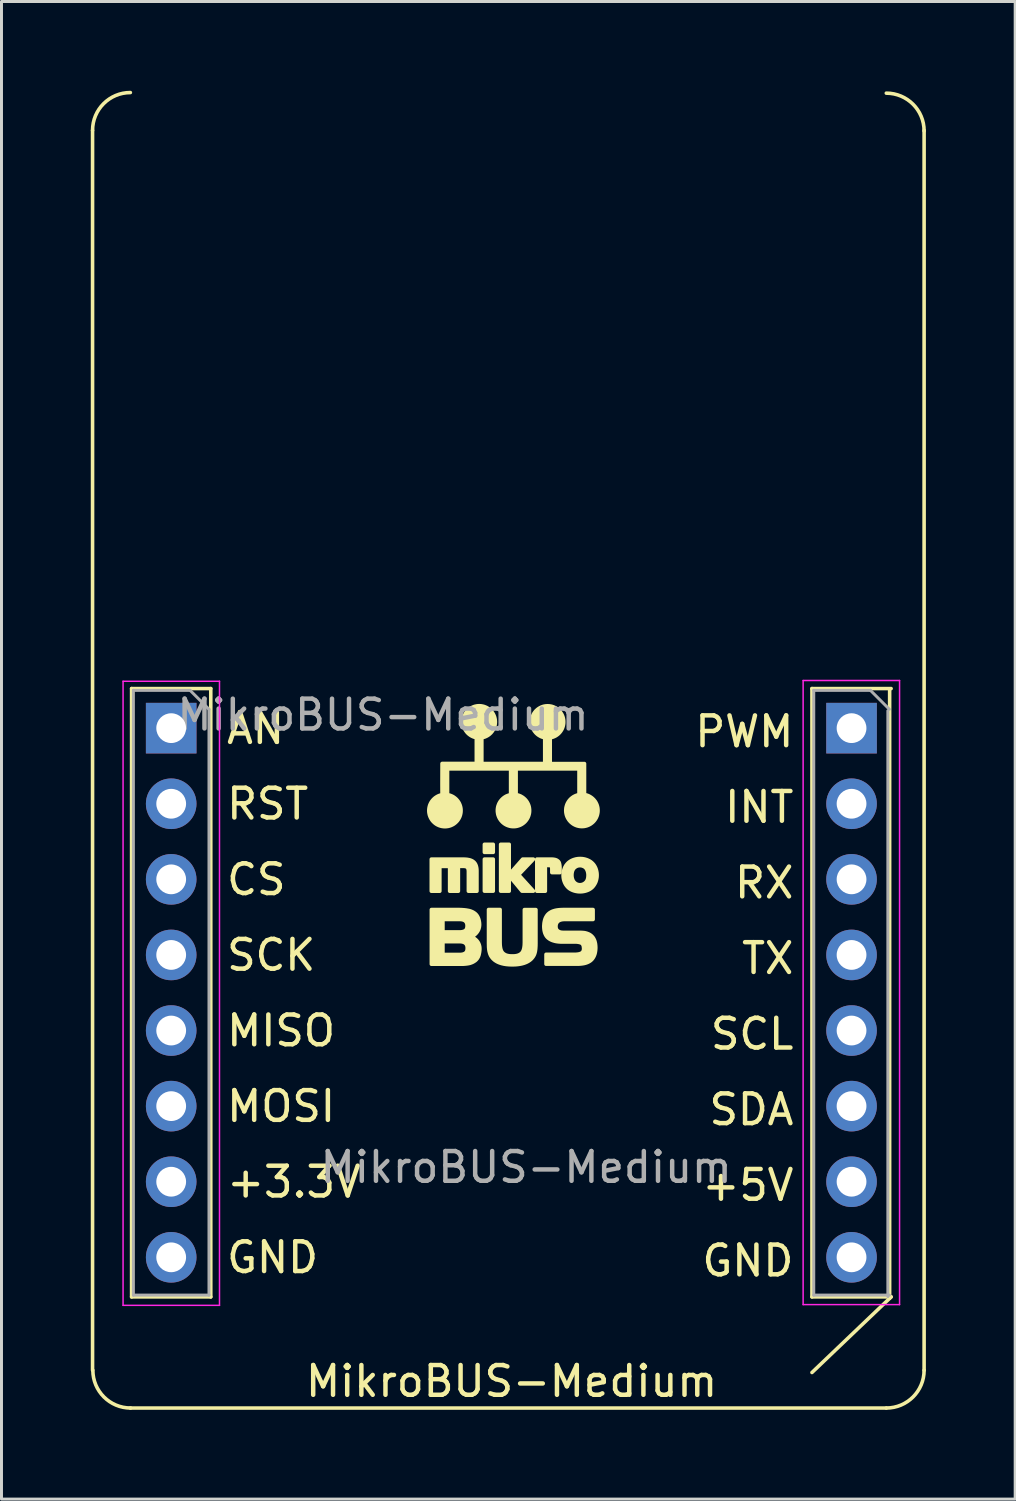
<source format=kicad_pcb>
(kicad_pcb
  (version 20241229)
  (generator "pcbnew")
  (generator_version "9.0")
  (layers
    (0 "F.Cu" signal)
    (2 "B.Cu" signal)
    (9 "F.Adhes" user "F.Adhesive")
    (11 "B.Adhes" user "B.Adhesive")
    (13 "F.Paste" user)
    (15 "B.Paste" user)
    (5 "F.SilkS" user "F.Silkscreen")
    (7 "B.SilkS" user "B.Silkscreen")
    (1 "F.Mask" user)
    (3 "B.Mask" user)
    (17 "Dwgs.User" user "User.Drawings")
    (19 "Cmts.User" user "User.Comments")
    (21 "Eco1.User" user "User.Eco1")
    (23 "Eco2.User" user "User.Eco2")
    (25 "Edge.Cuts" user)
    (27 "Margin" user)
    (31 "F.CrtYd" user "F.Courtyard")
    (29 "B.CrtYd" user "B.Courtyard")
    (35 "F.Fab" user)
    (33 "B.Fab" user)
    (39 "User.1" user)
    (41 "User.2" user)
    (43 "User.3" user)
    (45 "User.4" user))
  (footprint "MikroBUS-Medium"
    (layer "F.Cu")
    (at 1.22 19.43)
    (property "Reference" "MikroBUS-Medium" (at 12.92 23.93 0) (layer "F.SilkS") (effects (font (size 1 1) (thickness 0.15))))
    (attr through_hole)
    (fp_line (start -1.16 23.56) (end -1.16 -18.096) (stroke (width 0.12) (type solid)) (layer "F.SilkS"))
    (fp_line (start 0.11 24.83) (end 25.51 24.83) (stroke (width 0.12) (type solid)) (layer "F.SilkS"))
    (fp_line (start 0.152 0.656) (end 0.152 21.096) (stroke (width 0.12) (type solid)) (layer "F.SilkS"))
    (fp_line (start 0.152 0.656) (end 2.812 0.656) (stroke (width 0.12) (type solid)) (layer "F.SilkS"))
    (fp_line (start 0.152 21.096) (end 2.812 21.096) (stroke (width 0.12) (type solid)) (layer "F.SilkS"))
    (fp_line (start 2.812 0.656) (end 2.812 21.096) (stroke (width 0.12) (type solid)) (layer "F.SilkS"))
    (fp_line (start 23.012 0.656) (end 23.012 21.096) (stroke (width 0.12) (type solid)) (layer "F.SilkS"))
    (fp_line (start 23.012 0.656) (end 25.672 0.656) (stroke (width 0.12) (type solid)) (layer "F.SilkS"))
    (fp_line (start 23.012 21.096) (end 25.672 21.096) (stroke (width 0.12) (type solid)) (layer "F.SilkS"))
    (fp_line (start 23.012 23.636) (end 25.672 21.096) (stroke (width 0.12) (type solid)) (layer "F.SilkS"))
    (fp_line (start 25.622 0.706) (end 25.622 21.146) (stroke (width 0.12) (type solid)) (layer "F.SilkS"))
    (fp_line (start 26.78 23.56) (end 26.78 -18.096) (stroke (width 0.12) (type solid)) (layer "F.SilkS"))
    (fp_arc (start -1.16 -18.1) (mid -0.788026 -18.998026) (end 0.11 -19.37) (stroke (width 0.12) (type solid)) (layer "F.SilkS"))
    (fp_arc (start 0.12 24.83) (mid -0.778026 24.458026) (end -1.15 23.56) (stroke (width 0.12) (type solid)) (layer "F.SilkS"))
    (fp_arc (start 25.51 -19.35) (mid 26.408026 -18.978026) (end 26.78 -18.08) (stroke (width 0.12) (type solid)) (layer "F.SilkS"))
    (fp_arc (start 26.78 23.56) (mid 26.408026 24.458026) (end 25.51 24.83) (stroke (width 0.12) (type solid)) (layer "F.SilkS"))
    (fp_poly (pts (xy 12.301 6.157) (xy 12.008 6.157) (xy 12.008 5.891) (xy 12.301 5.891) (xy 12.301 6.157)) (stroke (width 0.125) (type solid)) (fill yes) (layer "F.SilkS"))
    (fp_poly (pts (xy 12.301 7.46) (xy 12.008 7.46) (xy 12.008 6.389) (xy 12.301 6.389) (xy 12.301 7.46)) (stroke (width 0.125) (type solid)) (fill yes) (layer "F.SilkS"))
    (fp_poly (pts (xy 12.837 7.46) (xy 12.554 7.46) (xy 12.554 5.891) (xy 12.837 5.891) (xy 12.837 6.905) (xy 13.292 6.389) (xy 13.651 6.389) (xy 13.153 6.912) (xy 13.651 7.46) (xy 13.269 7.46) (xy 12.837 6.939) (xy 12.837 7.46)) (stroke (width 0.125) (type solid)) (fill yes) (layer "F.SilkS"))
    (fp_poly (pts (xy 13.769 6.389) (xy 14.246 6.389) (xy 14.277 6.389) (xy 14.307 6.391) (xy 14.335 6.394) (xy 14.36 6.398) (xy 14.384 6.403) (xy 14.406 6.41) (xy 14.425 6.418) (xy 14.442 6.426) (xy 14.462 6.44) (xy 14.48 6.454) (xy 14.495 6.47) (xy 14.508 6.488) (xy 14.517 6.507) (xy 14.524 6.528) (xy 14.529 6.548) (xy 14.533 6.569) (xy 14.537 6.593) (xy 14.54 6.618) (xy 14.542 6.644) (xy 14.543 6.673) (xy 14.544 6.703) (xy 14.544 6.775) (xy 14.544 6.793) (xy 14.544 6.814) (xy 14.544 6.837) (xy 14.274 6.837) (xy 14.274 6.746) (xy 14.274 6.717) (xy 14.273 6.692) (xy 14.271 6.67) (xy 14.268 6.653) (xy 14.265 6.641) (xy 14.256 6.625) (xy 14.243 6.613) (xy 14.224 6.605) (xy 14.209 6.602) (xy 14.191 6.6) (xy 14.168 6.599) (xy 14.141 6.598) (xy 14.11 6.598) (xy 14.051 6.598) (xy 14.051 7.462) (xy 13.769 7.462) (xy 13.769 6.389)) (stroke (width 0.125) (type solid)) (fill yes) (layer "F.SilkS"))
    (fp_poly (pts (xy 10.226 6.389) (xy 11.308 6.389) (xy 11.335 6.39) (xy 11.362 6.391) (xy 11.387 6.393) (xy 11.412 6.395) (xy 11.435 6.398) (xy 11.457 6.402) (xy 11.479 6.406) (xy 11.499 6.41) (xy 11.525 6.417) (xy 11.55 6.426) (xy 11.574 6.436) (xy 11.596 6.447) (xy 11.617 6.46) (xy 11.637 6.475) (xy 11.655 6.49) (xy 11.671 6.507) (xy 11.686 6.526) (xy 11.7 6.547) (xy 11.712 6.57) (xy 11.722 6.594) (xy 11.729 6.613) (xy 11.735 6.634) (xy 11.74 6.656) (xy 11.745 6.679) (xy 11.748 6.703) (xy 11.751 6.729) (xy 11.752 6.755) (xy 11.753 6.783) (xy 11.753 7.462) (xy 11.47 7.462) (xy 11.47 6.819) (xy 11.47 6.786) (xy 11.467 6.757) (xy 11.463 6.731) (xy 11.457 6.708) (xy 11.449 6.689) (xy 11.44 6.674) (xy 11.429 6.662) (xy 11.414 6.651) (xy 11.396 6.642) (xy 11.374 6.635) (xy 11.35 6.63) (xy 11.321 6.627) (xy 11.29 6.626) (xy 11.274 6.626) (xy 11.251 6.626) (xy 11.222 6.626) (xy 11.198 6.627) (xy 11.175 6.628) (xy 11.152 6.628) (xy 11.129 6.628) (xy 11.129 7.462) (xy 10.84 7.462) (xy 10.84 6.628) (xy 10.506 6.628) (xy 10.506 7.462) (xy 10.224 7.462) (xy 10.224 6.389) (xy 10.226 6.389)) (stroke (width 0.125) (type solid)) (fill yes) (layer "F.SilkS"))
    (fp_poly (pts (xy 12.531 8.083) (xy 12.531 9.184) (xy 12.532 9.215) (xy 12.533 9.245) (xy 12.534 9.274) (xy 12.537 9.302) (xy 12.54 9.328) (xy 12.544 9.354) (xy 12.548 9.378) (xy 12.553 9.4) (xy 12.559 9.422) (xy 12.565 9.442) (xy 12.575 9.466) (xy 12.586 9.489) (xy 12.599 9.51) (xy 12.614 9.53) (xy 12.631 9.548) (xy 12.65 9.564) (xy 12.67 9.579) (xy 12.692 9.592) (xy 12.711 9.602) (xy 12.731 9.611) (xy 12.753 9.618) (xy 12.776 9.625) (xy 12.8 9.63) (xy 12.826 9.635) (xy 12.854 9.638) (xy 12.882 9.641) (xy 12.912 9.642) (xy 12.944 9.642) (xy 12.975 9.642) (xy 13.005 9.641) (xy 13.034 9.638) (xy 13.061 9.635) (xy 13.087 9.63) (xy 13.111 9.625) (xy 13.134 9.618) (xy 13.155 9.611) (xy 13.175 9.602) (xy 13.194 9.592) (xy 13.216 9.579) (xy 13.236 9.564) (xy 13.254 9.548) (xy 13.27 9.53) (xy 13.285 9.51) (xy 13.297 9.489) (xy 13.308 9.466) (xy 13.317 9.442) (xy 13.323 9.422) (xy 13.329 9.4) (xy 13.334 9.378) (xy 13.338 9.354) (xy 13.342 9.329) (xy 13.345 9.302) (xy 13.348 9.275) (xy 13.349 9.246) (xy 13.35 9.216) (xy 13.351 9.185) (xy 13.351 8.085) (xy 13.735 8.085) (xy 13.735 9.194) (xy 13.735 9.224) (xy 13.734 9.254) (xy 13.734 9.282) (xy 13.733 9.31) (xy 13.731 9.336) (xy 13.73 9.362) (xy 13.728 9.387) (xy 13.726 9.411) (xy 13.723 9.434) (xy 13.72 9.455) (xy 13.717 9.476) (xy 13.712 9.501) (xy 13.706 9.526) (xy 13.699 9.549) (xy 13.691 9.573) (xy 13.682 9.596) (xy 13.671 9.618) (xy 13.659 9.64) (xy 13.646 9.661) (xy 13.631 9.682) (xy 13.618 9.698) (xy 13.605 9.714) (xy 13.591 9.73) (xy 13.576 9.745) (xy 13.56 9.759) (xy 13.544 9.773) (xy 13.527 9.786) (xy 13.509 9.798) (xy 13.491 9.811) (xy 13.472 9.822) (xy 13.452 9.833) (xy 13.431 9.844) (xy 13.41 9.853) (xy 13.388 9.863) (xy 13.366 9.871) (xy 13.343 9.88) (xy 13.319 9.887) (xy 13.294 9.894) (xy 13.269 9.901) (xy 13.243 9.907) (xy 13.216 9.912) (xy 13.188 9.917) (xy 13.16 9.921) (xy 13.131 9.925) (xy 13.102 9.928) (xy 13.072 9.931) (xy 13.041 9.933) (xy 13.009 9.934) (xy 12.977 9.935) (xy 12.944 9.935) (xy 12.91 9.935) (xy 12.878 9.934) (xy 12.846 9.933) (xy 12.815 9.931) (xy 12.785 9.928) (xy 12.755 9.925) (xy 12.726 9.922) (xy 12.698 9.917) (xy 12.67 9.913) (xy 12.643 9.907) (xy 12.617 9.901) (xy 12.591 9.895) (xy 12.567 9.888) (xy 12.543 9.88) (xy 12.519 9.872) (xy 12.496 9.863) (xy 12.474 9.854) (xy 12.453 9.844) (xy 12.433 9.834) (xy 12.413 9.823) (xy 12.394 9.811) (xy 12.375 9.799) (xy 12.357 9.787) (xy 12.34 9.773) (xy 12.324 9.759) (xy 12.308 9.745) (xy 12.293 9.73) (xy 12.279 9.715) (xy 12.265 9.698) (xy 12.253 9.682) (xy 12.239 9.662) (xy 12.226 9.643) (xy 12.215 9.622) (xy 12.205 9.601) (xy 12.196 9.58) (xy 12.188 9.558) (xy 12.181 9.535) (xy 12.174 9.509) (xy 12.167 9.482) (xy 12.162 9.456) (xy 12.158 9.431) (xy 12.155 9.405) (xy 12.153 9.38) (xy 12.151 9.361) (xy 12.15 9.34) (xy 12.149 9.318) (xy 12.149 9.296) (xy 12.148 9.272) (xy 12.148 9.246) (xy 12.147 9.22) (xy 12.147 9.192) (xy 12.147 8.082) (xy 12.531 8.082) (xy 12.531 8.083)) (stroke (width 0.125) (type solid)) (fill yes) (layer "F.SilkS"))
    (fp_poly (pts (xy 11.178 9.592) (xy 11.231 9.916) (xy 10.226 9.916) (xy 10.226 8.083) (xy 11.165 8.083) (xy 11.193 8.084) (xy 11.22 8.085) (xy 11.247 8.086) (xy 11.273 8.088) (xy 11.299 8.09) (xy 11.324 8.092) (xy 11.349 8.094) (xy 11.373 8.097) (xy 11.396 8.1) (xy 11.419 8.104) (xy 11.442 8.108) (xy 11.463 8.112) (xy 11.489 8.117) (xy 11.514 8.124) (xy 11.538 8.131) (xy 11.562 8.14) (xy 11.585 8.15) (xy 11.608 8.16) (xy 11.63 8.172) (xy 11.651 8.185) (xy 11.672 8.199) (xy 11.692 8.214) (xy 11.709 8.229) (xy 11.725 8.245) (xy 11.74 8.262) (xy 11.754 8.28) (xy 11.767 8.3) (xy 11.779 8.321) (xy 11.79 8.343) (xy 11.8 8.366) (xy 11.809 8.39) (xy 11.817 8.416) (xy 11.824 8.442) (xy 11.83 8.469) (xy 11.834 8.494) (xy 11.838 8.519) (xy 11.84 8.542) (xy 11.841 8.564) (xy 11.842 8.585) (xy 11.841 8.61) (xy 11.839 8.634) (xy 11.836 8.657) (xy 11.832 8.681) (xy 11.826 8.703) (xy 11.82 8.725) (xy 11.812 8.747) (xy 11.802 8.768) (xy 11.792 8.789) (xy 11.78 8.809) (xy 11.767 8.829) (xy 11.753 8.848) (xy 11.738 8.867) (xy 11.721 8.885) (xy 11.703 8.903) (xy 11.684 8.921) (xy 11.664 8.937) (xy 11.642 8.954) (xy 11.62 8.969) (xy 11.596 8.985) (xy 11.57 9) (xy 11.593 9.011) (xy 11.615 9.022) (xy 11.636 9.034) (xy 11.656 9.047) (xy 11.676 9.06) (xy 11.694 9.074) (xy 11.711 9.088) (xy 11.728 9.103) (xy 11.745 9.12) (xy 11.76 9.138) (xy 11.775 9.157) (xy 11.788 9.176) (xy 11.8 9.196) (xy 11.811 9.217) (xy 11.82 9.239) (xy 11.829 9.261) (xy 11.836 9.283) (xy 11.841 9.306) (xy 11.846 9.33) (xy 11.849 9.354) (xy 11.85 9.379) (xy 11.851 9.405) (xy 11.85 9.425) (xy 11.849 9.447) (xy 11.847 9.469) (xy 11.844 9.493) (xy 11.841 9.517) (xy 11.836 9.542) (xy 11.831 9.567) (xy 11.825 9.595) (xy 11.817 9.621) (xy 11.808 9.645) (xy 11.798 9.669) (xy 11.786 9.691) (xy 11.773 9.712) (xy 11.76 9.732) (xy 11.745 9.75) (xy 11.729 9.767) (xy 11.712 9.784) (xy 11.693 9.799) (xy 11.674 9.812) (xy 11.654 9.825) (xy 11.634 9.837) (xy 11.614 9.848) (xy 11.592 9.858) (xy 11.57 9.867) (xy 11.548 9.875) (xy 11.525 9.883) (xy 11.501 9.889) (xy 11.478 9.894) (xy 11.455 9.898) (xy 11.431 9.902) (xy 11.407 9.905) (xy 11.383 9.908) (xy 11.359 9.91) (xy 11.334 9.912) (xy 11.309 9.914) (xy 11.284 9.915) (xy 11.258 9.915) (xy 11.231 9.916) (xy 11.178 9.592) (xy 11.207 9.592) (xy 11.235 9.589) (xy 11.26 9.586) (xy 11.285 9.58) (xy 11.307 9.574) (xy 11.328 9.565) (xy 11.348 9.556) (xy 11.365 9.544) (xy 11.381 9.531) (xy 11.394 9.516) (xy 11.406 9.498) (xy 11.415 9.479) (xy 11.422 9.457) (xy 11.427 9.433) (xy 11.43 9.407) (xy 11.431 9.378) (xy 11.41 8.725) (xy 11.417 8.704) (xy 11.422 8.68) (xy 11.425 8.654) (xy 11.426 8.626) (xy 11.425 8.6) (xy 11.422 8.576) (xy 11.417 8.554) (xy 11.41 8.533) (xy 11.401 8.513) (xy 11.39 8.496) (xy 11.377 8.48) (xy 11.363 8.466) (xy 11.346 8.453) (xy 11.327 8.442) (xy 11.306 8.433) (xy 11.283 8.425) (xy 11.259 8.42) (xy 11.232 8.415) (xy 11.203 8.413) (xy 11.172 8.412) (xy 10.61 8.412) (xy 10.61 8.835) (xy 11.172 8.835) (xy 11.202 8.835) (xy 11.23 8.832) (xy 11.256 8.829) (xy 11.281 8.823) (xy 11.304 8.817) (xy 11.325 8.809) (xy 11.344 8.8) (xy 11.362 8.789) (xy 11.377 8.776) (xy 11.39 8.761) (xy 11.401 8.744) (xy 11.41 8.725) (xy 11.431 9.378) (xy 11.43 9.353) (xy 11.428 9.33) (xy 11.423 9.307) (xy 11.417 9.287) (xy 11.409 9.268) (xy 11.4 9.25) (xy 11.388 9.235) (xy 11.375 9.22) (xy 11.36 9.207) (xy 11.344 9.196) (xy 11.325 9.186) (xy 11.305 9.178) (xy 11.283 9.171) (xy 11.259 9.165) (xy 11.234 9.162) (xy 11.207 9.159) (xy 11.178 9.159) (xy 10.61 9.159) (xy 10.61 9.592) (xy 11.178 9.592)) (stroke (width 0.125) (type solid)) (fill yes) (layer "F.SilkS"))
    (fp_poly (pts (xy 15.124 7.233) (xy 15.575 7.378) (xy 15.556 7.391) (xy 15.535 7.404) (xy 15.514 7.415) (xy 15.492 7.426) (xy 15.469 7.435) (xy 15.446 7.444) (xy 15.422 7.452) (xy 15.397 7.459) (xy 15.373 7.465) (xy 15.348 7.47) (xy 15.323 7.474) (xy 15.298 7.478) (xy 15.272 7.48) (xy 15.247 7.481) (xy 15.221 7.482) (xy 15.195 7.481) (xy 15.17 7.48) (xy 15.144 7.478) (xy 15.119 7.474) (xy 15.094 7.47) (xy 15.069 7.465) (xy 15.045 7.459) (xy 15.02 7.452) (xy 14.996 7.444) (xy 14.972 7.435) (xy 14.949 7.425) (xy 14.926 7.414) (xy 14.905 7.403) (xy 14.885 7.391) (xy 14.865 7.378) (xy 14.847 7.364) (xy 14.829 7.349) (xy 14.812 7.333) (xy 14.795 7.316) (xy 14.78 7.298) (xy 14.765 7.279) (xy 14.751 7.26) (xy 14.737 7.239) (xy 14.725 7.218) (xy 14.714 7.196) (xy 14.703 7.173) (xy 14.694 7.15) (xy 14.685 7.126) (xy 14.677 7.101) (xy 14.67 7.077) (xy 14.665 7.052) (xy 14.66 7.027) (xy 14.657 7.002) (xy 14.655 6.976) (xy 14.653 6.951) (xy 14.653 6.925) (xy 14.653 6.9) (xy 14.655 6.875) (xy 14.657 6.85) (xy 14.661 6.826) (xy 14.666 6.801) (xy 14.671 6.777) (xy 14.678 6.753) (xy 14.685 6.729) (xy 14.694 6.705) (xy 14.703 6.681) (xy 14.713 6.659) (xy 14.725 6.637) (xy 14.737 6.616) (xy 14.75 6.595) (xy 14.765 6.576) (xy 14.78 6.557) (xy 14.796 6.539) (xy 14.813 6.521) (xy 14.83 6.505) (xy 14.848 6.49) (xy 14.867 6.476) (xy 14.887 6.463) (xy 14.907 6.45) (xy 14.928 6.439) (xy 14.95 6.428) (xy 14.973 6.418) (xy 14.997 6.408) (xy 15.022 6.4) (xy 15.046 6.393) (xy 15.071 6.386) (xy 15.096 6.381) (xy 15.121 6.377) (xy 15.146 6.373) (xy 15.171 6.371) (xy 15.197 6.37) (xy 15.222 6.369) (xy 15.248 6.37) (xy 15.274 6.371) (xy 15.299 6.373) (xy 15.324 6.377) (xy 15.349 6.381) (xy 15.374 6.386) (xy 15.398 6.393) (xy 15.423 6.4) (xy 15.447 6.408) (xy 15.471 6.418) (xy 15.494 6.428) (xy 15.516 6.439) (xy 15.538 6.45) (xy 15.558 6.463) (xy 15.578 6.476) (xy 15.596 6.49) (xy 15.614 6.505) (xy 15.631 6.521) (xy 15.648 6.538) (xy 15.664 6.556) (xy 15.679 6.574) (xy 15.693 6.594) (xy 15.706 6.614) (xy 15.718 6.635) (xy 15.729 6.656) (xy 15.74 6.678) (xy 15.749 6.701) (xy 15.758 6.725) (xy 15.765 6.749) (xy 15.772 6.774) (xy 15.777 6.799) (xy 15.782 6.823) (xy 15.786 6.848) (xy 15.788 6.874) (xy 15.79 6.899) (xy 15.79 6.925) (xy 15.79 6.95) (xy 15.788 6.975) (xy 15.786 7.001) (xy 15.782 7.026) (xy 15.777 7.051) (xy 15.772 7.076) (xy 15.765 7.1) (xy 15.758 7.125) (xy 15.749 7.15) (xy 15.739 7.173) (xy 15.728 7.196) (xy 15.716 7.217) (xy 15.703 7.239) (xy 15.69 7.259) (xy 15.676 7.279) (xy 15.661 7.298) (xy 15.646 7.316) (xy 15.63 7.333) (xy 15.612 7.349) (xy 15.594 7.364) (xy 15.575 7.378) (xy 15.124 7.233) (xy 15.147 7.24) (xy 15.17 7.246) (xy 15.193 7.249) (xy 15.217 7.25) (xy 15.241 7.248) (xy 15.265 7.245) (xy 15.288 7.24) (xy 15.31 7.233) (xy 15.332 7.224) (xy 15.353 7.212) (xy 15.374 7.2) (xy 15.393 7.184) (xy 15.411 7.168) (xy 15.427 7.15) (xy 15.441 7.131) (xy 15.453 7.11) (xy 15.464 7.088) (xy 15.472 7.064) (xy 15.478 7.041) (xy 15.483 7.019) (xy 15.486 6.996) (xy 15.488 6.973) (xy 15.49 6.951) (xy 15.49 6.928) (xy 15.49 6.902) (xy 15.488 6.877) (xy 15.484 6.853) (xy 15.48 6.829) (xy 15.474 6.806) (xy 15.467 6.783) (xy 15.459 6.762) (xy 15.449 6.741) (xy 15.437 6.718) (xy 15.423 6.697) (xy 15.407 6.678) (xy 15.389 6.662) (xy 15.369 6.647) (xy 15.348 6.635) (xy 15.324 6.625) (xy 15.304 6.617) (xy 15.283 6.611) (xy 15.262 6.607) (xy 15.241 6.604) (xy 15.221 6.603) (xy 15.196 6.604) (xy 15.171 6.607) (xy 15.148 6.612) (xy 15.125 6.619) (xy 15.102 6.628) (xy 15.081 6.64) (xy 15.06 6.653) (xy 15.04 6.668) (xy 15.022 6.685) (xy 15.007 6.703) (xy 14.993 6.723) (xy 14.981 6.744) (xy 14.971 6.766) (xy 14.963 6.789) (xy 14.957 6.811) (xy 14.952 6.833) (xy 14.948 6.855) (xy 14.946 6.878) (xy 14.944 6.901) (xy 14.944 6.925) (xy 14.944 6.95) (xy 14.946 6.975) (xy 14.95 7) (xy 14.954 7.024) (xy 14.961 7.047) (xy 14.968 7.07) (xy 14.977 7.092) (xy 14.987 7.114) (xy 15 7.134) (xy 15.014 7.153) (xy 15.03 7.171) (xy 15.046 7.186) (xy 15.064 7.2) (xy 15.083 7.213) (xy 15.103 7.224) (xy 15.124 7.233)) (stroke (width 0.125) (type solid)) (fill yes) (layer "F.SilkS"))
    (fp_poly (pts (xy 15.656 8.412) (xy 14.706 8.412) (xy 14.676 8.413) (xy 14.646 8.415) (xy 14.619 8.418) (xy 14.593 8.423) (xy 14.569 8.429) (xy 14.547 8.436) (xy 14.526 8.445) (xy 14.507 8.455) (xy 14.49 8.466) (xy 14.475 8.479) (xy 14.461 8.493) (xy 14.448 8.508) (xy 14.438 8.524) (xy 14.429 8.542) (xy 14.421 8.561) (xy 14.415 8.582) (xy 14.411 8.604) (xy 14.409 8.627) (xy 14.408 8.651) (xy 14.409 8.679) (xy 14.414 8.705) (xy 14.421 8.729) (xy 14.43 8.75) (xy 14.443 8.769) (xy 14.458 8.786) (xy 14.476 8.801) (xy 14.493 8.813) (xy 14.512 8.822) (xy 14.532 8.831) (xy 14.553 8.838) (xy 14.576 8.843) (xy 14.6 8.847) (xy 14.625 8.849) (xy 14.651 8.85) (xy 15.16 8.85) (xy 15.19 8.85) (xy 15.218 8.85) (xy 15.245 8.851) (xy 15.27 8.852) (xy 15.294 8.853) (xy 15.316 8.855) (xy 15.337 8.857) (xy 15.36 8.859) (xy 15.384 8.863) (xy 15.407 8.868) (xy 15.431 8.875) (xy 15.455 8.882) (xy 15.479 8.891) (xy 15.503 8.901) (xy 15.526 8.912) (xy 15.548 8.925) (xy 15.568 8.938) (xy 15.588 8.953) (xy 15.606 8.969) (xy 15.622 8.985) (xy 15.637 9.001) (xy 15.651 9.018) (xy 15.664 9.037) (xy 15.676 9.056) (xy 15.687 9.077) (xy 15.697 9.098) (xy 15.707 9.121) (xy 15.715 9.144) (xy 15.722 9.169) (xy 15.728 9.194) (xy 15.734 9.22) (xy 15.738 9.248) (xy 15.741 9.276) (xy 15.744 9.306) (xy 15.745 9.336) (xy 15.746 9.367) (xy 15.745 9.395) (xy 15.743 9.422) (xy 15.741 9.448) (xy 15.738 9.473) (xy 15.734 9.497) (xy 15.73 9.521) (xy 15.725 9.544) (xy 15.719 9.566) (xy 15.713 9.588) (xy 15.705 9.608) (xy 15.697 9.628) (xy 15.687 9.651) (xy 15.675 9.673) (xy 15.663 9.694) (xy 15.65 9.714) (xy 15.636 9.733) (xy 15.621 9.751) (xy 15.605 9.767) (xy 15.589 9.783) (xy 15.571 9.798) (xy 15.552 9.811) (xy 15.533 9.824) (xy 15.513 9.835) (xy 15.492 9.846) (xy 15.47 9.856) (xy 15.447 9.865) (xy 15.424 9.873) (xy 15.399 9.881) (xy 15.374 9.887) (xy 15.353 9.892) (xy 15.331 9.896) (xy 15.308 9.9) (xy 15.285 9.903) (xy 15.262 9.906) (xy 15.237 9.908) (xy 15.212 9.91) (xy 15.186 9.912) (xy 15.16 9.913) (xy 15.132 9.914) (xy 15.104 9.914) (xy 14.079 9.914) (xy 14.079 9.587) (xy 15.046 9.587) (xy 15.076 9.587) (xy 15.105 9.585) (xy 15.132 9.582) (xy 15.158 9.579) (xy 15.182 9.574) (xy 15.205 9.569) (xy 15.226 9.562) (xy 15.245 9.554) (xy 15.263 9.546) (xy 15.282 9.534) (xy 15.298 9.52) (xy 15.311 9.505) (xy 15.322 9.486) (xy 15.331 9.466) (xy 15.337 9.443) (xy 15.341 9.418) (xy 15.342 9.391) (xy 15.342 9.374) (xy 15.338 9.348) (xy 15.335 9.319) (xy 15.329 9.293) (xy 15.32 9.27) (xy 15.309 9.25) (xy 15.296 9.232) (xy 15.281 9.218) (xy 15.263 9.207) (xy 15.246 9.199) (xy 15.227 9.192) (xy 15.205 9.186) (xy 15.182 9.181) (xy 15.157 9.176) (xy 15.131 9.173) (xy 15.102 9.17) (xy 15.071 9.169) (xy 14.617 9.169) (xy 14.586 9.169) (xy 14.556 9.168) (xy 14.527 9.166) (xy 14.498 9.164) (xy 14.47 9.161) (xy 14.443 9.157) (xy 14.417 9.153) (xy 14.391 9.148) (xy 14.367 9.142) (xy 14.343 9.135) (xy 14.319 9.128) (xy 14.297 9.121) (xy 14.275 9.112) (xy 14.254 9.103) (xy 14.234 9.093) (xy 14.215 9.083) (xy 14.196 9.072) (xy 14.179 9.06) (xy 14.162 9.048) (xy 14.145 9.034) (xy 14.128 9.019) (xy 14.113 9.003) (xy 14.099 8.986) (xy 14.086 8.968) (xy 14.074 8.948) (xy 14.063 8.928) (xy 14.053 8.907) (xy 14.044 8.885) (xy 14.035 8.861) (xy 14.028 8.837) (xy 14.022 8.811) (xy 14.016 8.785) (xy 14.012 8.757) (xy 14.009 8.729) (xy 14.006 8.699) (xy 14.005 8.669) (xy 14.004 8.637) (xy 14.006 8.609) (xy 14.008 8.582) (xy 14.01 8.556) (xy 14.013 8.53) (xy 14.017 8.505) (xy 14.022 8.481) (xy 14.027 8.458) (xy 14.033 8.435) (xy 14.039 8.413) (xy 14.047 8.393) (xy 14.054 8.373) (xy 14.065 8.349) (xy 14.077 8.327) (xy 14.089 8.306) (xy 14.102 8.286) (xy 14.116 8.267) (xy 14.131 8.249) (xy 14.147 8.233) (xy 14.164 8.217) (xy 14.181 8.203) (xy 14.2 8.189) (xy 14.22 8.177) (xy 14.24 8.165) (xy 14.261 8.154) (xy 14.282 8.144) (xy 14.305 8.135) (xy 14.328 8.127) (xy 14.353 8.119) (xy 14.378 8.112) (xy 14.399 8.107) (xy 14.421 8.103) (xy 14.443 8.099) (xy 14.466 8.096) (xy 14.49 8.092) (xy 14.514 8.09) (xy 14.539 8.088) (xy 14.565 8.086) (xy 14.591 8.085) (xy 14.618 8.084) (xy 14.646 8.083) (xy 15.656 8.083) (xy 15.656 8.412)) (stroke (width 0.125) (type solid)) (fill yes) (layer "F.SilkS"))
    (fp_poly (pts (xy 15.365 3.178) (xy 15.187 3.178) (xy 14.215 3.178) (xy 14.215 2.308) (xy 14.239 2.304) (xy 14.263 2.299) (xy 14.286 2.292) (xy 14.309 2.285) (xy 14.331 2.276) (xy 14.353 2.267) (xy 14.374 2.257) (xy 14.395 2.246) (xy 14.415 2.234) (xy 14.434 2.221) (xy 14.453 2.208) (xy 14.472 2.193) (xy 14.49 2.178) (xy 14.507 2.162) (xy 14.523 2.145) (xy 14.539 2.128) (xy 14.553 2.11) (xy 14.568 2.091) (xy 14.581 2.072) (xy 14.593 2.052) (xy 14.605 2.032) (xy 14.616 2.011) (xy 14.625 1.989) (xy 14.634 1.967) (xy 14.642 1.945) (xy 14.649 1.922) (xy 14.655 1.899) (xy 14.66 1.875) (xy 14.664 1.851) (xy 14.667 1.826) (xy 14.668 1.801) (xy 14.669 1.776) (xy 14.668 1.752) (xy 14.667 1.727) (xy 14.664 1.703) (xy 14.66 1.679) (xy 14.655 1.656) (xy 14.65 1.633) (xy 14.643 1.61) (xy 14.635 1.588) (xy 14.627 1.566) (xy 14.617 1.545) (xy 14.607 1.524) (xy 14.595 1.504) (xy 14.583 1.484) (xy 14.57 1.465) (xy 14.557 1.447) (xy 14.542 1.429) (xy 14.527 1.411) (xy 14.511 1.395) (xy 14.495 1.379) (xy 14.477 1.364) (xy 14.459 1.349) (xy 14.441 1.336) (xy 14.422 1.323) (xy 14.402 1.311) (xy 14.382 1.299) (xy 14.361 1.289) (xy 14.34 1.279) (xy 14.318 1.271) (xy 14.296 1.263) (xy 14.273 1.256) (xy 14.25 1.25) (xy 14.227 1.246) (xy 14.203 1.242) (xy 14.179 1.239) (xy 14.154 1.238) (xy 14.13 1.237) (xy 14.105 1.238) (xy 14.08 1.239) (xy 14.056 1.242) (xy 14.033 1.246) (xy 14.009 1.25) (xy 13.986 1.256) (xy 13.963 1.263) (xy 13.941 1.271) (xy 13.92 1.279) (xy 13.898 1.289) (xy 13.878 1.299) (xy 13.857 1.311) (xy 13.838 1.323) (xy 13.818 1.336) (xy 13.8 1.349) (xy 13.782 1.364) (xy 13.765 1.379) (xy 13.748 1.395) (xy 13.732 1.411) (xy 13.717 1.429) (xy 13.703 1.447) (xy 13.689 1.465) (xy 13.676 1.484) (xy 13.664 1.504) (xy 13.653 1.524) (xy 13.642 1.545) (xy 13.633 1.566) (xy 13.624 1.588) (xy 13.616 1.61) (xy 13.61 1.633) (xy 13.604 1.656) (xy 13.599 1.679) (xy 13.595 1.703) (xy 13.593 1.727) (xy 13.591 1.752) (xy 13.59 1.776) (xy 13.591 1.802) (xy 13.593 1.827) (xy 13.596 1.852) (xy 13.6 1.877) (xy 13.605 1.901) (xy 13.611 1.925) (xy 13.618 1.948) (xy 13.627 1.971) (xy 13.636 1.993) (xy 13.646 2.015) (xy 13.657 2.036) (xy 13.669 2.057) (xy 13.682 2.077) (xy 13.696 2.097) (xy 13.711 2.115) (xy 13.726 2.134) (xy 13.742 2.151) (xy 13.759 2.168) (xy 13.777 2.184) (xy 13.795 2.199) (xy 13.814 2.213) (xy 13.834 2.227) (xy 13.854 2.239) (xy 13.875 2.251) (xy 13.896 2.262) (xy 13.918 2.272) (xy 13.941 2.281) (xy 13.964 2.289) (xy 13.987 2.296) (xy 14.011 2.302) (xy 14.035 2.307) (xy 14.035 3.176) (xy 13.069 3.176) (xy 12.889 3.176) (xy 11.917 3.176) (xy 11.917 2.307) (xy 11.941 2.302) (xy 11.965 2.297) (xy 11.988 2.29) (xy 12.01 2.283) (xy 12.033 2.275) (xy 12.054 2.265) (xy 12.076 2.255) (xy 12.096 2.244) (xy 12.117 2.232) (xy 12.136 2.219) (xy 12.155 2.206) (xy 12.174 2.191) (xy 12.191 2.176) (xy 12.208 2.16) (xy 12.225 2.144) (xy 12.24 2.126) (xy 12.255 2.108) (xy 12.269 2.09) (xy 12.282 2.07) (xy 12.295 2.051) (xy 12.307 2.03) (xy 12.317 2.009) (xy 12.327 1.988) (xy 12.336 1.966) (xy 12.344 1.943) (xy 12.351 1.92) (xy 12.357 1.897) (xy 12.362 1.873) (xy 12.366 1.849) (xy 12.368 1.824) (xy 12.37 1.8) (xy 12.371 1.775) (xy 12.37 1.75) (xy 12.368 1.725) (xy 12.366 1.701) (xy 12.362 1.677) (xy 12.357 1.654) (xy 12.351 1.631) (xy 12.345 1.608) (xy 12.337 1.586) (xy 12.328 1.564) (xy 12.319 1.543) (xy 12.308 1.522) (xy 12.297 1.502) (xy 12.285 1.482) (xy 12.272 1.463) (xy 12.258 1.445) (xy 12.244 1.427) (xy 12.229 1.41) (xy 12.213 1.393) (xy 12.196 1.377) (xy 12.179 1.362) (xy 12.161 1.347) (xy 12.143 1.334) (xy 12.123 1.321) (xy 12.104 1.309) (xy 12.083 1.297) (xy 12.063 1.287) (xy 12.041 1.278) (xy 12.02 1.269) (xy 11.997 1.261) (xy 11.975 1.254) (xy 11.952 1.249) (xy 11.928 1.244) (xy 11.905 1.24) (xy 11.88 1.237) (xy 11.856 1.236) (xy 11.831 1.235) (xy 11.807 1.236) (xy 11.782 1.237) (xy 11.758 1.24) (xy 11.734 1.244) (xy 11.711 1.249) (xy 11.688 1.254) (xy 11.665 1.261) (xy 11.643 1.269) (xy 11.621 1.278) (xy 11.6 1.287) (xy 11.579 1.297) (xy 11.559 1.309) (xy 11.539 1.321) (xy 11.52 1.334) (xy 11.502 1.347) (xy 11.484 1.362) (xy 11.466 1.377) (xy 11.45 1.393) (xy 11.434 1.41) (xy 11.419 1.427) (xy 11.404 1.445) (xy 11.391 1.463) (xy 11.378 1.482) (xy 11.366 1.502) (xy 11.354 1.522) (xy 11.344 1.543) (xy 11.334 1.564) (xy 11.326 1.586) (xy 11.318 1.608) (xy 11.311 1.631) (xy 11.306 1.654) (xy 11.301 1.677) (xy 11.297 1.701) (xy 11.294 1.725) (xy 11.293 1.75) (xy 11.292 1.775) (xy 11.293 1.8) (xy 11.294 1.825) (xy 11.297 1.85) (xy 11.301 1.875) (xy 11.307 1.899) (xy 11.313 1.923) (xy 11.32 1.946) (xy 11.328 1.969) (xy 11.338 1.991) (xy 11.348 2.013) (xy 11.359 2.034) (xy 11.371 2.055) (xy 11.384 2.075) (xy 11.398 2.095) (xy 11.412 2.114) (xy 11.428 2.132) (xy 11.444 2.149) (xy 11.461 2.166) (xy 11.479 2.182) (xy 11.497 2.197) (xy 11.516 2.211) (xy 11.536 2.225) (xy 11.556 2.238) (xy 11.577 2.249) (xy 11.598 2.26) (xy 11.62 2.27) (xy 11.642 2.279) (xy 11.665 2.287) (xy 11.689 2.294) (xy 11.713 2.3) (xy 11.737 2.305) (xy 11.737 3.175) (xy 10.585 3.175) (xy 10.583 3.882) (xy 10.585 4.225) (xy 10.561 4.229) (xy 10.537 4.235) (xy 10.514 4.242) (xy 10.491 4.25) (xy 10.468 4.259) (xy 10.446 4.269) (xy 10.425 4.28) (xy 10.404 4.292) (xy 10.384 4.305) (xy 10.364 4.318) (xy 10.345 4.332) (xy 10.327 4.348) (xy 10.309 4.364) (xy 10.292 4.38) (xy 10.276 4.398) (xy 10.261 4.416) (xy 10.246 4.435) (xy 10.232 4.454) (xy 10.219 4.474) (xy 10.207 4.495) (xy 10.196 4.516) (xy 10.186 4.538) (xy 10.176 4.56) (xy 10.168 4.583) (xy 10.161 4.607) (xy 10.155 4.63) (xy 10.15 4.655) (xy 10.146 4.679) (xy 10.143 4.704) (xy 10.141 4.729) (xy 10.14 4.755) (xy 10.141 4.78) (xy 10.142 4.804) (xy 10.145 4.828) (xy 10.149 4.852) (xy 10.154 4.875) (xy 10.159 4.898) (xy 10.166 4.921) (xy 10.174 4.943) (xy 10.183 4.965) (xy 10.192 4.986) (xy 10.203 5.007) (xy 10.214 5.027) (xy 10.226 5.047) (xy 10.239 5.066) (xy 10.252 5.085) (xy 10.267 5.103) (xy 10.282 5.12) (xy 10.298 5.136) (xy 10.315 5.152) (xy 10.332 5.168) (xy 10.35 5.182) (xy 10.368 5.196) (xy 10.387 5.209) (xy 10.407 5.221) (xy 10.427 5.232) (xy 10.448 5.242) (xy 10.469 5.252) (xy 10.491 5.261) (xy 10.513 5.268) (xy 10.536 5.275) (xy 10.559 5.281) (xy 10.582 5.286) (xy 10.606 5.289) (xy 10.63 5.292) (xy 10.655 5.294) (xy 10.68 5.294) (xy 10.704 5.294) (xy 10.729 5.292) (xy 10.753 5.289) (xy 10.777 5.286) (xy 10.8 5.281) (xy 10.823 5.275) (xy 10.846 5.268) (xy 10.868 5.261) (xy 10.89 5.252) (xy 10.911 5.242) (xy 10.932 5.232) (xy 10.952 5.221) (xy 10.972 5.209) (xy 10.991 5.196) (xy 11.009 5.182) (xy 11.027 5.168) (xy 11.044 5.152) (xy 11.061 5.136) (xy 11.077 5.12) (xy 11.092 5.103) (xy 11.107 5.085) (xy 11.12 5.066) (xy 11.133 5.047) (xy 11.145 5.027) (xy 11.157 5.007) (xy 11.167 4.986) (xy 11.177 4.965) (xy 11.185 4.943) (xy 11.193 4.921) (xy 11.2 4.898) (xy 11.205 4.875) (xy 11.21 4.852) (xy 11.214 4.828) (xy 11.217 4.804) (xy 11.218 4.78) (xy 11.219 4.755) (xy 11.218 4.73) (xy 11.217 4.705) (xy 11.214 4.68) (xy 11.21 4.656) (xy 11.205 4.633) (xy 11.199 4.609) (xy 11.192 4.586) (xy 11.184 4.564) (xy 11.175 4.542) (xy 11.165 4.52) (xy 11.155 4.499) (xy 11.143 4.479) (xy 11.131 4.459) (xy 11.117 4.44) (xy 11.103 4.421) (xy 11.088 4.403) (xy 11.073 4.386) (xy 11.057 4.369) (xy 11.039 4.353) (xy 11.022 4.338) (xy 11.003 4.324) (xy 10.984 4.31) (xy 10.965 4.297) (xy 10.945 4.285) (xy 10.924 4.274) (xy 10.903 4.264) (xy 10.881 4.255) (xy 10.859 4.246) (xy 10.836 4.239) (xy 10.813 4.233) (xy 10.789 4.227) (xy 10.765 4.223) (xy 10.765 3.353) (xy 11.737 3.353) (xy 11.917 3.353) (xy 12.889 3.353) (xy 12.889 4.223) (xy 12.864 4.228) (xy 12.84 4.234) (xy 12.817 4.241) (xy 12.794 4.249) (xy 12.771 4.258) (xy 12.749 4.267) (xy 12.728 4.278) (xy 12.707 4.29) (xy 12.687 4.303) (xy 12.667 4.316) (xy 12.648 4.331) (xy 12.63 4.346) (xy 12.612 4.362) (xy 12.595 4.379) (xy 12.579 4.396) (xy 12.564 4.414) (xy 12.549 4.433) (xy 12.535 4.452) (xy 12.522 4.473) (xy 12.51 4.493) (xy 12.499 4.514) (xy 12.489 4.536) (xy 12.48 4.559) (xy 12.472 4.582) (xy 12.464 4.605) (xy 12.458 4.629) (xy 12.453 4.653) (xy 12.449 4.677) (xy 12.446 4.702) (xy 12.444 4.728) (xy 12.444 4.753) (xy 12.444 4.778) (xy 12.446 4.802) (xy 12.449 4.826) (xy 12.453 4.85) (xy 12.457 4.874) (xy 12.463 4.897) (xy 12.47 4.919) (xy 12.478 4.942) (xy 12.486 4.963) (xy 12.496 4.985) (xy 12.506 5.005) (xy 12.517 5.026) (xy 12.53 5.045) (xy 12.542 5.064) (xy 12.556 5.083) (xy 12.571 5.101) (xy 12.586 5.118) (xy 12.602 5.135) (xy 12.618 5.151) (xy 12.636 5.166) (xy 12.653 5.18) (xy 12.672 5.194) (xy 12.691 5.207) (xy 12.711 5.219) (xy 12.731 5.23) (xy 12.752 5.241) (xy 12.773 5.25) (xy 12.795 5.259) (xy 12.817 5.266) (xy 12.84 5.273) (xy 12.863 5.279) (xy 12.886 5.284) (xy 12.91 5.288) (xy 12.934 5.29) (xy 12.958 5.292) (xy 12.983 5.292) (xy 13.008 5.292) (xy 13.032 5.29) (xy 13.056 5.288) (xy 13.08 5.284) (xy 13.104 5.279) (xy 13.127 5.273) (xy 13.149 5.266) (xy 13.171 5.259) (xy 13.193 5.25) (xy 13.215 5.241) (xy 13.235 5.23) (xy 13.256 5.219) (xy 13.275 5.207) (xy 13.294 5.194) (xy 13.313 5.18) (xy 13.331 5.166) (xy 13.348 5.151) (xy 13.365 5.135) (xy 13.381 5.118) (xy 13.396 5.101) (xy 13.41 5.083) (xy 13.424 5.064) (xy 13.437 5.045) (xy 13.449 5.026) (xy 13.46 5.005) (xy 13.471 4.985) (xy 13.48 4.963) (xy 13.489 4.942) (xy 13.496 4.919) (xy 13.503 4.897) (xy 13.509 4.874) (xy 13.514 4.85) (xy 13.518 4.826) (xy 13.52 4.802) (xy 13.522 4.778) (xy 13.522 4.753) (xy 13.522 4.728) (xy 13.52 4.703) (xy 13.517 4.679) (xy 13.514 4.655) (xy 13.509 4.631) (xy 13.503 4.607) (xy 13.496 4.585) (xy 13.488 4.562) (xy 13.479 4.54) (xy 13.469 4.519) (xy 13.458 4.498) (xy 13.447 4.477) (xy 13.434 4.457) (xy 13.421 4.438) (xy 13.407 4.419) (xy 13.392 4.401) (xy 13.377 4.384) (xy 13.36 4.367) (xy 13.343 4.352) (xy 13.325 4.336) (xy 13.307 4.322) (xy 13.288 4.308) (xy 13.268 4.296) (xy 13.248 4.284) (xy 13.228 4.272) (xy 13.206 4.262) (xy 13.184 4.253) (xy 13.162 4.245) (xy 13.139 4.237) (xy 13.116 4.231) (xy 13.093 4.225) (xy 13.069 4.221) (xy 13.069 3.351) (xy 14.035 3.351) (xy 14.215 3.351) (xy 15.187 3.351) (xy 15.187 4.221) (xy 15.162 4.226) (xy 15.139 4.232) (xy 15.115 4.239) (xy 15.092 4.247) (xy 15.07 4.256) (xy 15.048 4.266) (xy 15.026 4.277) (xy 15.005 4.288) (xy 14.985 4.301) (xy 14.965 4.315) (xy 14.946 4.329) (xy 14.928 4.344) (xy 14.91 4.36) (xy 14.893 4.377) (xy 14.877 4.394) (xy 14.862 4.412) (xy 14.847 4.431) (xy 14.833 4.451) (xy 14.821 4.471) (xy 14.809 4.491) (xy 14.797 4.513) (xy 14.787 4.535) (xy 14.778 4.557) (xy 14.77 4.58) (xy 14.763 4.603) (xy 14.757 4.627) (xy 14.751 4.651) (xy 14.747 4.676) (xy 14.745 4.7) (xy 14.743 4.726) (xy 14.742 4.751) (xy 14.743 4.776) (xy 14.744 4.801) (xy 14.747 4.825) (xy 14.751 4.848) (xy 14.756 4.872) (xy 14.761 4.895) (xy 14.768 4.918) (xy 14.776 4.94) (xy 14.784 4.961) (xy 14.794 4.983) (xy 14.804 5.004) (xy 14.816 5.024) (xy 14.828 5.043) (xy 14.841 5.063) (xy 14.854 5.081) (xy 14.869 5.099) (xy 14.884 5.116) (xy 14.9 5.133) (xy 14.917 5.149) (xy 14.934 5.164) (xy 14.952 5.178) (xy 14.97 5.192) (xy 14.989 5.205) (xy 15.009 5.217) (xy 15.029 5.228) (xy 15.05 5.239) (xy 15.071 5.248) (xy 15.093 5.257) (xy 15.115 5.265) (xy 15.138 5.271) (xy 15.161 5.277) (xy 15.184 5.282) (xy 15.208 5.286) (xy 15.232 5.288) (xy 15.257 5.29) (xy 15.281 5.291) (xy 15.306 5.29) (xy 15.331 5.288) (xy 15.355 5.286) (xy 15.378 5.282) (xy 15.402 5.277) (xy 15.425 5.271) (xy 15.448 5.265) (xy 15.47 5.257) (xy 15.492 5.248) (xy 15.513 5.239) (xy 15.534 5.228) (xy 15.554 5.217) (xy 15.574 5.205) (xy 15.593 5.192) (xy 15.611 5.178) (xy 15.629 5.164) (xy 15.646 5.149) (xy 15.663 5.133) (xy 15.679 5.116) (xy 15.694 5.099) (xy 15.708 5.081) (xy 15.722 5.063) (xy 15.735 5.043) (xy 15.747 5.024) (xy 15.758 5.004) (xy 15.769 4.983) (xy 15.778 4.961) (xy 15.787 4.94) (xy 15.795 4.918) (xy 15.802 4.895) (xy 15.807 4.872) (xy 15.812 4.848) (xy 15.816 4.825) (xy 15.819 4.801) (xy 15.82 4.776) (xy 15.821 4.751) (xy 15.82 4.726) (xy 15.818 4.701) (xy 15.816 4.677) (xy 15.812 4.653) (xy 15.807 4.629) (xy 15.801 4.606) (xy 15.794 4.583) (xy 15.786 4.56) (xy 15.777 4.538) (xy 15.767 4.517) (xy 15.757 4.496) (xy 15.745 4.475) (xy 15.733 4.455) (xy 15.719 4.436) (xy 15.705 4.418) (xy 15.69 4.4) (xy 15.675 4.382) (xy 15.658 4.366) (xy 15.641 4.35) (xy 15.624 4.335) (xy 15.605 4.32) (xy 15.586 4.307) (xy 15.567 4.294) (xy 15.547 4.282) (xy 15.526 4.271) (xy 15.505 4.26) (xy 15.483 4.251) (xy 15.46 4.243) (xy 15.438 4.235) (xy 15.415 4.229) (xy 15.391 4.224) (xy 15.367 4.219) (xy 15.367 3.35) (xy 15.367 3.178) (xy 15.365 3.178)) (stroke (width 0.125) (type solid)) (fill yes) (layer "F.SilkS"))
    (fp_line (start -0.135 0.41) (end 3.105 0.41) (stroke (width 0.05) (type solid)) (layer "F.CrtYd"))
    (fp_line (start -0.135 21.38) (end -0.135 0.41) (stroke (width 0.05) (type solid)) (layer "F.CrtYd"))
    (fp_line (start 3.105 0.41) (end 3.105 21.38) (stroke (width 0.05) (type solid)) (layer "F.CrtYd"))
    (fp_line (start 3.105 21.38) (end -0.135 21.38) (stroke (width 0.05) (type solid)) (layer "F.CrtYd"))
    (fp_line (start 22.715 0.385) (end 25.955 0.385) (stroke (width 0.05) (type solid)) (layer "F.CrtYd"))
    (fp_line (start 22.715 21.355) (end 22.715 0.385) (stroke (width 0.05) (type solid)) (layer "F.CrtYd"))
    (fp_line (start 25.955 0.385) (end 25.955 21.355) (stroke (width 0.05) (type solid)) (layer "F.CrtYd"))
    (fp_line (start 25.955 21.355) (end 22.715 21.355) (stroke (width 0.05) (type solid)) (layer "F.CrtYd"))
    (fp_line (start 0.212 0.716) (end 2.117 0.716) (stroke (width 0.1) (type solid)) (layer "F.Fab"))
    (fp_line (start 0.212 21.036) (end 0.212 0.716) (stroke (width 0.1) (type solid)) (layer "F.Fab"))
    (fp_line (start 2.117 0.716) (end 2.752 1.351) (stroke (width 0.1) (type solid)) (layer "F.Fab"))
    (fp_line (start 2.752 1.351) (end 2.752 21.036) (stroke (width 0.1) (type solid)) (layer "F.Fab"))
    (fp_line (start 2.752 21.036) (end 0.212 21.036) (stroke (width 0.1) (type solid)) (layer "F.Fab"))
    (fp_line (start 23.072 0.716) (end 24.977 0.716) (stroke (width 0.1) (type solid)) (layer "F.Fab"))
    (fp_line (start 23.072 21.036) (end 23.072 0.716) (stroke (width 0.1) (type solid)) (layer "F.Fab"))
    (fp_line (start 24.977 0.716) (end 25.612 1.351) (stroke (width 0.1) (type solid)) (layer "F.Fab"))
    (fp_line (start 25.562 1.401) (end 25.562 21.086) (stroke (width 0.1) (type solid)) (layer "F.Fab"))
    (fp_line (start 25.612 21.036) (end 23.072 21.036) (stroke (width 0.1) (type solid)) (layer "F.Fab"))
    (fp_text user "SCK" (at 4.842 9.612 0) (layer "F.SilkS") (effects (font (size 1 1) (thickness 0.15))))
    (fp_text user "INT" (at 21.24 4.642 0) (layer "F.SilkS") (effects (font (size 1 1) (thickness 0.15))))
    (fp_text user "RX" (at 21.407 7.182 0) (layer "F.SilkS") (effects (font (size 1 1) (thickness 0.15))))
    (fp_text user "SCL" (at 21.002 12.262 0) (layer "F.SilkS") (effects (font (size 1 1) (thickness 0.15))))
    (fp_text user "MOSI" (at 5.175 14.692 0) (layer "F.SilkS") (effects (font (size 1 1) (thickness 0.15))))
    (fp_text user "+5V" (at 20.859 17.342 0) (layer "F.SilkS") (effects (font (size 1 1) (thickness 0.15))))
    (fp_text user "MISO" (at 5.175 12.152 0) (layer "F.SilkS") (effects (font (size 1 1) (thickness 0.15))))
    (fp_text user "+3.3V" (at 5.604 17.232 0) (layer "F.SilkS") (effects (font (size 1 1) (thickness 0.15))))
    (fp_text user "RST" (at 4.723 4.532 0) (layer "F.SilkS") (effects (font (size 1 1) (thickness 0.15))))
    (fp_text user "TX" (at 21.526 9.722 0) (layer "F.SilkS") (effects (font (size 1 1) (thickness 0.15))))
    (fp_text user "CS" (at 4.342 7.072 0) (layer "F.SilkS") (effects (font (size 1 1) (thickness 0.15))))
    (fp_text user "PWM" (at 20.74 2.102 0) (layer "F.SilkS") (effects (font (size 1 1) (thickness 0.15))))
    (fp_text user "AN" (at 4.318 1.992 0) (layer "F.SilkS") (effects (font (size 1 1) (thickness 0.15))))
    (fp_text user "SDA" (at 20.978 14.802 0) (layer "F.SilkS") (effects (font (size 1 1) (thickness 0.15))))
    (fp_text user "GND" (at 4.889 19.772 0) (layer "F.SilkS") (effects (font (size 1 1) (thickness 0.15))))
    (fp_text user "GND" (at 20.859 19.882 0) (layer "F.SilkS") (effects (font (size 1 1) (thickness 0.15))))
    (fp_text user "${REFERENCE}" (at 13.41 16.74 180) (layer "F.Fab") (effects (font (size 1 1) (thickness 0.15))))
    (fp_text user "${REFERENCE}" (at 8.6 1.54 180) (layer "F.Fab") (effects (font (size 1 1) (thickness 0.15))))
    (pad "1" thru_hole oval (at 24.342 19.766) (size 1.7 1.7) (drill 1) (layers "*.Cu" "*.Mask"))
    (pad "2" thru_hole oval (at 1.482 19.766) (size 1.7 1.7) (drill 1) (layers "*.Cu" "*.Mask"))
    (pad "3" thru_hole oval (at 24.342 17.226) (size 1.7 1.7) (drill 1) (layers "*.Cu" "*.Mask"))
    (pad "4" thru_hole oval (at 1.482 17.226) (size 1.7 1.7) (drill 1) (layers "*.Cu" "*.Mask"))
    (pad "5" thru_hole oval (at 24.342 14.686) (size 1.7 1.7) (drill 1) (layers "*.Cu" "*.Mask"))
    (pad "6" thru_hole oval (at 1.482 14.686) (size 1.7 1.7) (drill 1) (layers "*.Cu" "*.Mask"))
    (pad "7" thru_hole oval (at 24.342 12.146) (size 1.7 1.7) (drill 1) (layers "*.Cu" "*.Mask"))
    (pad "8" thru_hole oval (at 1.482 12.146) (size 1.7 1.7) (drill 1) (layers "*.Cu" "*.Mask"))
    (pad "9" thru_hole oval (at 24.342 9.606) (size 1.7 1.7) (drill 1) (layers "*.Cu" "*.Mask"))
    (pad "10" thru_hole oval (at 1.482 9.606) (size 1.7 1.7) (drill 1) (layers "*.Cu" "*.Mask"))
    (pad "11" thru_hole oval (at 24.342 7.066) (size 1.7 1.7) (drill 1) (layers "*.Cu" "*.Mask"))
    (pad "12" thru_hole oval (at 1.482 7.066) (size 1.7 1.7) (drill 1) (layers "*.Cu" "*.Mask"))
    (pad "13" thru_hole oval (at 24.342 4.526) (size 1.7 1.7) (drill 1) (layers "*.Cu" "*.Mask"))
    (pad "14" thru_hole oval (at 1.482 4.526) (size 1.7 1.7) (drill 1) (layers "*.Cu" "*.Mask"))
    (pad "15" thru_hole rect (at 24.342 1.986) (size 1.7 1.7) (drill 1) (layers "*.Cu" "*.Mask"))
    (pad "16" thru_hole rect (at 1.482 1.986) (size 1.7 1.7) (drill 1) (layers "*.Cu" "*.Mask")))
  (gr_rect
    (start -3 -3)
    (end 31.06 47.32)
    (stroke (width 0.1) (type default))
    (fill no)
    (layer "Edge.Cuts")))
</source>
